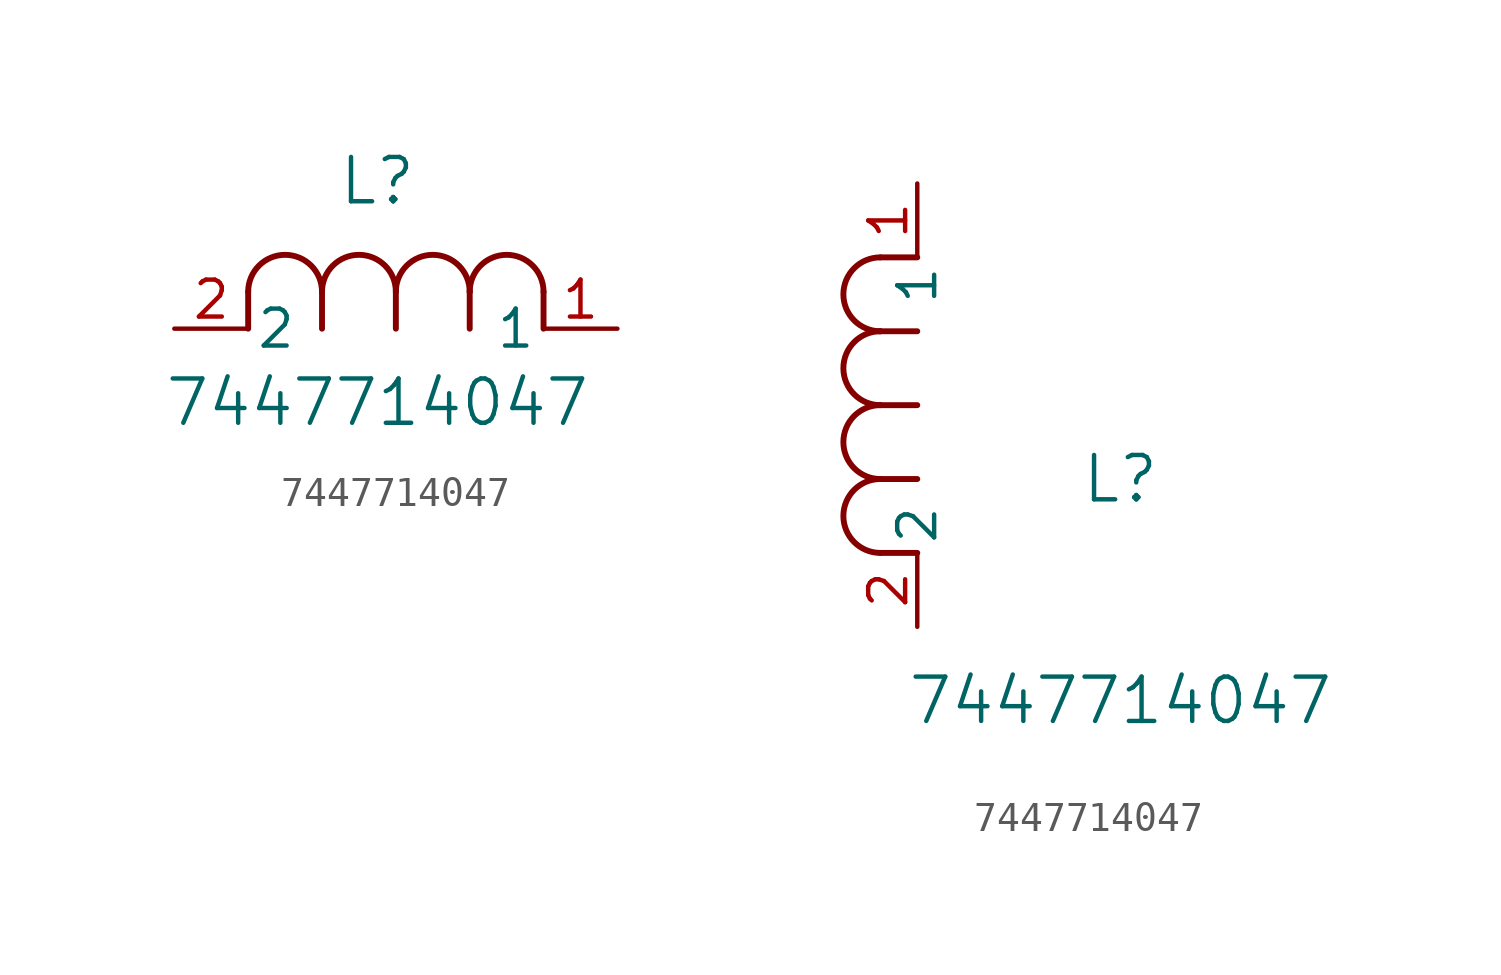
<source format=kicad_sym>
(kicad_symbol_lib
  (version 20211014)
  (generator kicad_symbol_editor)
  (symbol "7447714047"
    (pin_names
      (offset 0.254))
    (property "Reference" "L"
      (at 6.985 5.08 0)
      (effects (font (size 1.524 1.524))))
    (property "Value" "7447714047"
      (at 6.985 -2.54 0)
      (effects (font (size 1.524 1.524))))
    (symbol "7447714047_1_1"
      (arc (start 7.62 1.27) (mid 6.35 2.54) (end 5.08 1.27) (stroke (width .2032) (type default) (color 0 0 0 0)) (fill (type none)))
      (polyline (pts (xy 5.08 0) (xy 5.08 1.27)) (stroke (width .2032) (type default) (color 0 0 0 0)) (fill (type none)))
      (polyline (pts (xy 7.62 0) (xy 7.62 1.27)) (stroke (width .2032) (type default) (color 0 0 0 0)) (fill (type none)))
      (polyline (pts (xy 12.7 0) (xy 12.7 1.27)) (stroke (width .2032) (type default) (color 0 0 0 0)) (fill (type none)))
      (arc (start 5.08 1.27) (mid 3.81 2.54) (end 2.54 1.27) (stroke (width .2032) (type default) (color 0 0 0 0)) (fill (type none)))
      (arc (start 10.16 1.27) (mid 8.89 2.54) (end 7.62 1.27) (stroke (width .2032) (type default) (color 0 0 0 0)) (fill (type none)))
      (arc (start 12.7 1.27) (mid 11.43 2.54) (end 10.16 1.27) (stroke (width .2032) (type default) (color 0 0 0 0)) (fill (type none)))
      (polyline (pts (xy 2.54 0) (xy 2.54 1.27)) (stroke (width .2032) (type default) (color 0 0 0 0)) (fill (type none)))
      (polyline (pts (xy 10.16 0) (xy 10.16 1.27)) (stroke (width .2032) (type default) (color 0 0 0 0)) (fill (type none)))
      (pin unspecified line (at 0 0 0) (length 2.54) (name "2" (effects (font (size 1.27 1.27)))) (number "2" (effects (font (size 1.27 1.27)))))
      (pin unspecified line (at 15.24 0 180) (length 2.54) (name "1" (effects (font (size 1.27 1.27)))) (number "1" (effects (font (size 1.27 1.27))))))
    (symbol "7447714047_1_2"
      (arc (start -1.27 7.62) (mid -2.54 6.35) (end -1.27 5.08) (stroke (width .2032) (type default) (color 0 0 0 0)) (fill (type none)))
      (arc (start -1.27 5.08) (mid -2.54 3.81) (end -1.27 2.54) (stroke (width .2032) (type default) (color 0 0 0 0)) (fill (type none)))
      (arc (start -1.27 12.7) (mid -2.54 11.43) (end -1.27 10.16) (stroke (width .2032) (type default) (color 0 0 0 0)) (fill (type none)))
      (arc (start -1.27 10.16) (mid -2.54 8.89) (end -1.27 7.62) (stroke (width .2032) (type default) (color 0 0 0 0)) (fill (type none)))
      (polyline (pts (xy 0 7.62) (xy -1.27 7.62)) (stroke (width .2032) (type default) (color 0 0 0 0)) (fill (type none)))
      (polyline (pts (xy 0 5.08) (xy -1.27 5.08)) (stroke (width .2032) (type default) (color 0 0 0 0)) (fill (type none)))
      (polyline (pts (xy 0 12.7) (xy -1.27 12.7)) (stroke (width .2032) (type default) (color 0 0 0 0)) (fill (type none)))
      (polyline (pts (xy 0 2.54) (xy -1.27 2.54)) (stroke (width .2032) (type default) (color 0 0 0 0)) (fill (type none)))
      (polyline (pts (xy 0 10.16) (xy -1.27 10.16)) (stroke (width .2032) (type default) (color 0 0 0 0)) (fill (type none)))
      (pin unspecified line (at 0 0 90) (length 2.54) (name "2" (effects (font (size 1.27 1.27)))) (number "2" (effects (font (size 1.27 1.27)))))
      (pin unspecified line (at 0 15.24 270) (length 2.54) (name "1" (effects (font (size 1.27 1.27)))) (number "1" (effects (font (size 1.27 1.27))))))))
</source>
